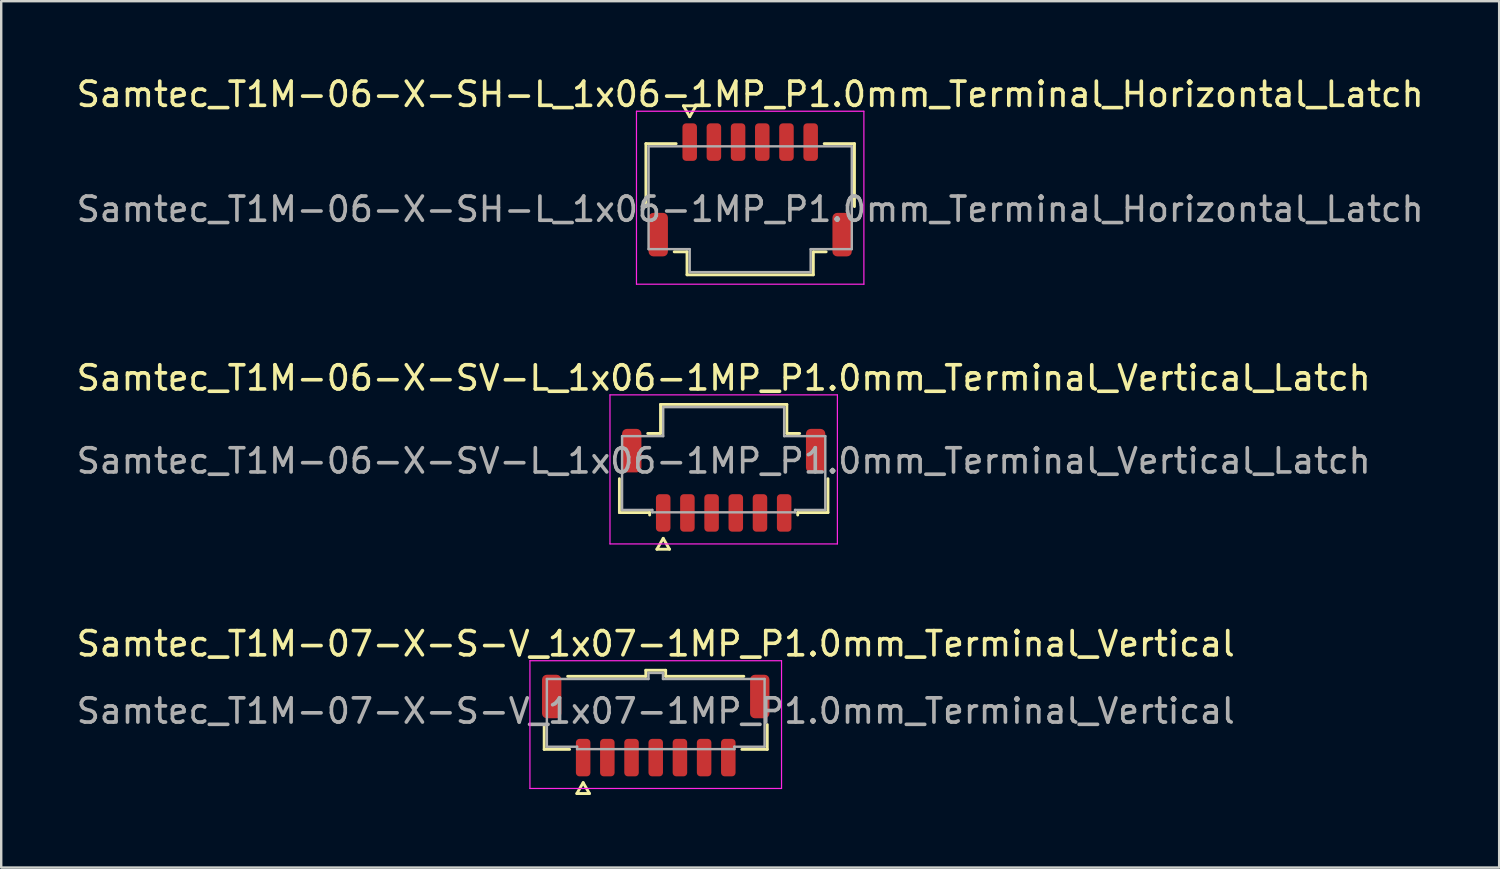
<source format=kicad_pcb>
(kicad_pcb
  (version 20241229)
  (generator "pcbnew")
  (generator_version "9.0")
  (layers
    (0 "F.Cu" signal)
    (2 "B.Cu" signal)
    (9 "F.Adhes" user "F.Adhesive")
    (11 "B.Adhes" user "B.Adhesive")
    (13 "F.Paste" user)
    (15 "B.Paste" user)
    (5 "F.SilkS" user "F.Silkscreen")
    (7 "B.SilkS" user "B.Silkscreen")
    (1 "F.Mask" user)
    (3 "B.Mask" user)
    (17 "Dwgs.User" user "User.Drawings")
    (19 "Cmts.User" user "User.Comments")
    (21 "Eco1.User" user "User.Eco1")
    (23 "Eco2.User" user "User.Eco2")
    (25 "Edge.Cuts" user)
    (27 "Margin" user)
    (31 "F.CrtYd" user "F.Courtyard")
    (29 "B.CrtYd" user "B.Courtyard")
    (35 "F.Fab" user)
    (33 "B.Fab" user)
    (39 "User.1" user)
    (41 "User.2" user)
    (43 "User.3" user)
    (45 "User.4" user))
  (footprint "Samtec_T1M-06-X-SH-L_1x06-1MP_P1.0mm_Terminal_Horizontal_Latch"
    (layer "F.Cu")
    (at 27.958 5.598)
    (property "Reference" "Samtec_T1M-06-X-SH-L_1x06-1MP_P1.0mm_Terminal_Horizontal_Latch" (at 0 -4.75 0) (layer "F.SilkS") (effects (font (size 1 1) (thickness 0.15))))
    (attr smd)
    (fp_line (start -4.31 -2.71) (end -3.06 -2.71) (stroke (width 0.12) (type solid)) (layer "F.SilkS"))
    (fp_line (start -4.31 -0.11) (end -4.31 -2.71) (stroke (width 0.12) (type solid)) (layer "F.SilkS"))
    (fp_line (start -2.76 -4.275) (end -2.5 -3.825) (stroke (width 0.12) (type solid)) (layer "F.SilkS"))
    (fp_line (start -2.61 1.76) (end -3.14 1.76) (stroke (width 0.12) (type solid)) (layer "F.SilkS"))
    (fp_line (start -2.61 2.71) (end -2.61 1.76) (stroke (width 0.12) (type solid)) (layer "F.SilkS"))
    (fp_line (start -2.5 -3.825) (end -2.24 -4.275) (stroke (width 0.12) (type solid)) (layer "F.SilkS"))
    (fp_line (start -2.24 -4.275) (end -2.76 -4.275) (stroke (width 0.12) (type solid)) (layer "F.SilkS"))
    (fp_line (start 2.61 1.76) (end 2.61 2.71) (stroke (width 0.12) (type solid)) (layer "F.SilkS"))
    (fp_line (start 2.61 2.71) (end -2.61 2.71) (stroke (width 0.12) (type solid)) (layer "F.SilkS"))
    (fp_line (start 3.06 -2.71) (end 4.31 -2.71) (stroke (width 0.12) (type solid)) (layer "F.SilkS"))
    (fp_line (start 3.14 1.76) (end 2.61 1.76) (stroke (width 0.12) (type solid)) (layer "F.SilkS"))
    (fp_line (start 4.31 -2.71) (end 4.31 -0.11) (stroke (width 0.12) (type solid)) (layer "F.SilkS"))
    (fp_line (start -4.7 -4.05) (end -4.7 3.1) (stroke (width 0.05) (type solid)) (layer "F.CrtYd"))
    (fp_line (start -4.7 3.1) (end 4.7 3.1) (stroke (width 0.05) (type solid)) (layer "F.CrtYd"))
    (fp_line (start 4.7 -4.05) (end -4.7 -4.05) (stroke (width 0.05) (type solid)) (layer "F.CrtYd"))
    (fp_line (start 4.7 3.1) (end 4.7 -4.05) (stroke (width 0.05) (type solid)) (layer "F.CrtYd"))
    (fp_line (start -4.2 -2.6) (end 4.2 -2.6) (stroke (width 0.1) (type solid)) (layer "F.Fab"))
    (fp_line (start -4.2 1.65) (end -4.2 -2.6) (stroke (width 0.1) (type solid)) (layer "F.Fab"))
    (fp_line (start -2.5 1.65) (end -4.2 1.65) (stroke (width 0.1) (type solid)) (layer "F.Fab"))
    (fp_line (start -2.5 2.6) (end -2.5 1.65) (stroke (width 0.1) (type solid)) (layer "F.Fab"))
    (fp_line (start 2.5 1.65) (end 2.5 2.6) (stroke (width 0.1) (type solid)) (layer "F.Fab"))
    (fp_line (start 2.5 2.6) (end -2.5 2.6) (stroke (width 0.1) (type solid)) (layer "F.Fab"))
    (fp_line (start 4.2 -2.6) (end 4.2 1.65) (stroke (width 0.1) (type solid)) (layer "F.Fab"))
    (fp_line (start 4.2 1.65) (end 2.5 1.65) (stroke (width 0.1) (type solid)) (layer "F.Fab"))
    (fp_text user "${REFERENCE}" (at 0 0 0) (layer "F.Fab") (effects (font (size 1 1) (thickness 0.15))))
    (pad "1" smd roundrect (at -2.5 -2.775) (size 0.6 1.55) (layers "F.Cu" "F.Mask" "F.Paste") (roundrect_rratio 0.25))
    (pad "2" smd roundrect (at -1.5 -2.775) (size 0.6 1.55) (layers "F.Cu" "F.Mask" "F.Paste") (roundrect_rratio 0.25))
    (pad "3" smd roundrect (at -0.5 -2.775) (size 0.6 1.55) (layers "F.Cu" "F.Mask" "F.Paste") (roundrect_rratio 0.25))
    (pad "4" smd roundrect (at 0.5 -2.775) (size 0.6 1.55) (layers "F.Cu" "F.Mask" "F.Paste") (roundrect_rratio 0.25))
    (pad "5" smd roundrect (at 1.5 -2.775) (size 0.6 1.55) (layers "F.Cu" "F.Mask" "F.Paste") (roundrect_rratio 0.25))
    (pad "6" smd roundrect (at 2.5 -2.775) (size 0.6 1.55) (layers "F.Cu" "F.Mask" "F.Paste") (roundrect_rratio 0.25))
    (pad "MP" smd roundrect (at -3.8 1.05) (size 0.8 1.8) (layers "F.Cu" "F.Mask" "F.Paste") (roundrect_rratio 0.25))
    (pad "MP" smd roundrect (at 3.8 1.05) (size 0.8 1.8) (layers "F.Cu" "F.Mask" "F.Paste") (roundrect_rratio 0.25)))
  (footprint "Samtec_T1M-07-X-S-V_1x07-1MP_P1.0mm_Terminal_Vertical"
    (layer "F.Cu")
    (at 24.054 26.34)
    (property "Reference" "Samtec_T1M-07-X-S-V_1x07-1MP_P1.0mm_Terminal_Vertical" (at 0 -2.78 0) (layer "F.SilkS") (effects (font (size 1 1) (thickness 0.15))))
    (attr smd)
    (fp_line (start -4.61 1.585) (end -4.61 0.56) (stroke (width 0.12) (type solid)) (layer "F.SilkS"))
    (fp_line (start -3.64 -1.435) (end -0.41 -1.435) (stroke (width 0.12) (type solid)) (layer "F.SilkS"))
    (fp_line (start -3.56 1.585) (end -4.61 1.585) (stroke (width 0.12) (type solid)) (layer "F.SilkS"))
    (fp_line (start -3.26 3.41) (end -3 2.96) (stroke (width 0.12) (type solid)) (layer "F.SilkS"))
    (fp_line (start -3 2.96) (end -2.74 3.41) (stroke (width 0.12) (type solid)) (layer "F.SilkS"))
    (fp_line (start -2.74 3.41) (end -3.26 3.41) (stroke (width 0.12) (type solid)) (layer "F.SilkS"))
    (fp_line (start -0.41 -1.685) (end 0.41 -1.685) (stroke (width 0.12) (type solid)) (layer "F.SilkS"))
    (fp_line (start -0.41 -1.435) (end -0.41 -1.685) (stroke (width 0.12) (type solid)) (layer "F.SilkS"))
    (fp_line (start 0.41 -1.685) (end 0.41 -1.435) (stroke (width 0.12) (type solid)) (layer "F.SilkS"))
    (fp_line (start 0.41 -1.435) (end 3.64 -1.435) (stroke (width 0.12) (type solid)) (layer "F.SilkS"))
    (fp_line (start 4.61 0.56) (end 4.61 1.585) (stroke (width 0.12) (type solid)) (layer "F.SilkS"))
    (fp_line (start 4.61 1.585) (end 3.56 1.585) (stroke (width 0.12) (type solid)) (layer "F.SilkS"))
    (fp_line (start -5.2 -2.08) (end -5.2 3.2) (stroke (width 0.05) (type solid)) (layer "F.CrtYd"))
    (fp_line (start -5.2 3.2) (end 5.2 3.2) (stroke (width 0.05) (type solid)) (layer "F.CrtYd"))
    (fp_line (start 5.2 -2.08) (end -5.2 -2.08) (stroke (width 0.05) (type solid)) (layer "F.CrtYd"))
    (fp_line (start 5.2 3.2) (end 5.2 -2.08) (stroke (width 0.05) (type solid)) (layer "F.CrtYd"))
    (fp_line (start -4.5 -1.325) (end -0.3 -1.325) (stroke (width 0.1) (type solid)) (layer "F.Fab"))
    (fp_line (start -4.5 1.475) (end -4.5 -1.325) (stroke (width 0.1) (type solid)) (layer "F.Fab"))
    (fp_line (start -3.25 1.475) (end -4.5 1.475) (stroke (width 0.1) (type solid)) (layer "F.Fab"))
    (fp_line (start -3.25 1.575) (end -3.25 1.475) (stroke (width 0.1) (type solid)) (layer "F.Fab"))
    (fp_line (start -0.3 -1.575) (end 0.3 -1.575) (stroke (width 0.1) (type solid)) (layer "F.Fab"))
    (fp_line (start -0.3 -1.325) (end -0.3 -1.575) (stroke (width 0.1) (type solid)) (layer "F.Fab"))
    (fp_line (start 0.3 -1.575) (end 0.3 -1.325) (stroke (width 0.1) (type solid)) (layer "F.Fab"))
    (fp_line (start 0.3 -1.325) (end 4.5 -1.325) (stroke (width 0.1) (type solid)) (layer "F.Fab"))
    (fp_line (start 3.25 1.475) (end 3.25 1.575) (stroke (width 0.1) (type solid)) (layer "F.Fab"))
    (fp_line (start 3.25 1.575) (end -3.25 1.575) (stroke (width 0.1) (type solid)) (layer "F.Fab"))
    (fp_line (start 4.5 -1.325) (end 4.5 1.475) (stroke (width 0.1) (type solid)) (layer "F.Fab"))
    (fp_line (start 4.5 1.475) (end 3.25 1.475) (stroke (width 0.1) (type solid)) (layer "F.Fab"))
    (fp_text user "${REFERENCE}" (at 0 0 0) (layer "F.Fab") (effects (font (size 1 1) (thickness 0.15))))
    (pad "1" smd roundrect (at -3 1.925) (size 0.6 1.55) (layers "F.Cu" "F.Mask" "F.Paste") (roundrect_rratio 0.25))
    (pad "2" smd roundrect (at -2 1.925) (size 0.6 1.55) (layers "F.Cu" "F.Mask" "F.Paste") (roundrect_rratio 0.25))
    (pad "3" smd roundrect (at -1 1.925) (size 0.6 1.55) (layers "F.Cu" "F.Mask" "F.Paste") (roundrect_rratio 0.25))
    (pad "4" smd roundrect (at 0 1.925) (size 0.6 1.55) (layers "F.Cu" "F.Mask" "F.Paste") (roundrect_rratio 0.25))
    (pad "5" smd roundrect (at 1 1.925) (size 0.6 1.55) (layers "F.Cu" "F.Mask" "F.Paste") (roundrect_rratio 0.25))
    (pad "6" smd roundrect (at 2 1.925) (size 0.6 1.55) (layers "F.Cu" "F.Mask" "F.Paste") (roundrect_rratio 0.25))
    (pad "7" smd roundrect (at 3 1.925) (size 0.6 1.55) (layers "F.Cu" "F.Mask" "F.Paste") (roundrect_rratio 0.25))
    (pad "MP" smd roundrect (at -4.3 -0.6) (size 0.8 1.8) (layers "F.Cu" "F.Mask" "F.Paste") (roundrect_rratio 0.25))
    (pad "MP" smd roundrect (at 4.3 -0.6) (size 0.8 1.8) (layers "F.Cu" "F.Mask" "F.Paste") (roundrect_rratio 0.25)))
  (footprint "Samtec_T1M-06-X-SV-L_1x06-1MP_P1.0mm_Terminal_Vertical_Latch"
    (layer "F.Cu")
    (at 26.863 16.002)
    (property "Reference" "Samtec_T1M-06-X-SV-L_1x06-1MP_P1.0mm_Terminal_Vertical_Latch" (at 0 -3.43 0) (layer "F.SilkS") (effects (font (size 1 1) (thickness 0.15))))
    (attr smd)
    (fp_line (start -4.31 2.135) (end -4.31 0.735) (stroke (width 0.12) (type solid)) (layer "F.SilkS"))
    (fp_line (start -3.14 -1.135) (end -2.61 -1.135) (stroke (width 0.12) (type solid)) (layer "F.SilkS"))
    (fp_line (start -3.06 2.135) (end -4.31 2.135) (stroke (width 0.12) (type solid)) (layer "F.SilkS"))
    (fp_line (start -3.06 2.235) (end -3.06 2.135) (stroke (width 0.12) (type solid)) (layer "F.SilkS"))
    (fp_line (start -2.76 3.65) (end -2.5 3.2) (stroke (width 0.12) (type solid)) (layer "F.SilkS"))
    (fp_line (start -2.61 -2.335) (end 2.61 -2.335) (stroke (width 0.12) (type solid)) (layer "F.SilkS"))
    (fp_line (start -2.61 -1.135) (end -2.61 -2.335) (stroke (width 0.12) (type solid)) (layer "F.SilkS"))
    (fp_line (start -2.5 3.2) (end -2.24 3.65) (stroke (width 0.12) (type solid)) (layer "F.SilkS"))
    (fp_line (start -2.24 3.65) (end -2.76 3.65) (stroke (width 0.12) (type solid)) (layer "F.SilkS"))
    (fp_line (start 2.61 -2.335) (end 2.61 -1.135) (stroke (width 0.12) (type solid)) (layer "F.SilkS"))
    (fp_line (start 2.61 -1.135) (end 3.14 -1.135) (stroke (width 0.12) (type solid)) (layer "F.SilkS"))
    (fp_line (start 3.06 2.135) (end 3.06 2.235) (stroke (width 0.12) (type solid)) (layer "F.SilkS"))
    (fp_line (start 4.31 0.735) (end 4.31 2.135) (stroke (width 0.12) (type solid)) (layer "F.SilkS"))
    (fp_line (start 4.31 2.135) (end 3.06 2.135) (stroke (width 0.12) (type solid)) (layer "F.SilkS"))
    (fp_line (start -4.7 -2.73) (end -4.7 3.43) (stroke (width 0.05) (type solid)) (layer "F.CrtYd"))
    (fp_line (start -4.7 3.43) (end 4.7 3.43) (stroke (width 0.05) (type solid)) (layer "F.CrtYd"))
    (fp_line (start 4.7 -2.73) (end -4.7 -2.73) (stroke (width 0.05) (type solid)) (layer "F.CrtYd"))
    (fp_line (start 4.7 3.43) (end 4.7 -2.73) (stroke (width 0.05) (type solid)) (layer "F.CrtYd"))
    (fp_line (start -4.2 -1.025) (end -2.5 -1.025) (stroke (width 0.1) (type solid)) (layer "F.Fab"))
    (fp_line (start -4.2 2.025) (end -4.2 -1.025) (stroke (width 0.1) (type solid)) (layer "F.Fab"))
    (fp_line (start -2.95 2.025) (end -4.2 2.025) (stroke (width 0.1) (type solid)) (layer "F.Fab"))
    (fp_line (start -2.95 2.125) (end -2.95 2.025) (stroke (width 0.1) (type solid)) (layer "F.Fab"))
    (fp_line (start -2.5 -2.225) (end 2.5 -2.225) (stroke (width 0.1) (type solid)) (layer "F.Fab"))
    (fp_line (start -2.5 -1.025) (end -2.5 -2.225) (stroke (width 0.1) (type solid)) (layer "F.Fab"))
    (fp_line (start 2.5 -2.225) (end 2.5 -1.025) (stroke (width 0.1) (type solid)) (layer "F.Fab"))
    (fp_line (start 2.5 -1.025) (end 4.2 -1.025) (stroke (width 0.1) (type solid)) (layer "F.Fab"))
    (fp_line (start 2.95 2.025) (end 2.95 2.125) (stroke (width 0.1) (type solid)) (layer "F.Fab"))
    (fp_line (start 2.95 2.125) (end -2.95 2.125) (stroke (width 0.1) (type solid)) (layer "F.Fab"))
    (fp_line (start 4.2 -1.025) (end 4.2 2.025) (stroke (width 0.1) (type solid)) (layer "F.Fab"))
    (fp_line (start 4.2 2.025) (end 2.95 2.025) (stroke (width 0.1) (type solid)) (layer "F.Fab"))
    (fp_text user "${REFERENCE}" (at 0 0 0) (layer "F.Fab") (effects (font (size 1 1) (thickness 0.15))))
    (pad "1" smd roundrect (at -2.5 2.15) (size 0.6 1.55) (layers "F.Cu" "F.Mask" "F.Paste") (roundrect_rratio 0.25))
    (pad "2" smd roundrect (at -1.5 2.15) (size 0.6 1.55) (layers "F.Cu" "F.Mask" "F.Paste") (roundrect_rratio 0.25))
    (pad "3" smd roundrect (at -0.5 2.15) (size 0.6 1.55) (layers "F.Cu" "F.Mask" "F.Paste") (roundrect_rratio 0.25))
    (pad "4" smd roundrect (at 0.5 2.15) (size 0.6 1.55) (layers "F.Cu" "F.Mask" "F.Paste") (roundrect_rratio 0.25))
    (pad "5" smd roundrect (at 1.5 2.15) (size 0.6 1.55) (layers "F.Cu" "F.Mask" "F.Paste") (roundrect_rratio 0.25))
    (pad "6" smd roundrect (at 2.5 2.15) (size 0.6 1.55) (layers "F.Cu" "F.Mask" "F.Paste") (roundrect_rratio 0.25))
    (pad "MP" smd roundrect (at -3.8 -0.425) (size 0.8 1.8) (layers "F.Cu" "F.Mask" "F.Paste") (roundrect_rratio 0.25))
    (pad "MP" smd roundrect (at 3.8 -0.425) (size 0.8 1.8) (layers "F.Cu" "F.Mask" "F.Paste") (roundrect_rratio 0.25)))
  (gr_rect
    (start -3 -3)
    (end 58.917 32.81)
    (stroke (width 0.1) (type default))
    (fill no)
    (layer "Edge.Cuts")))
</source>
